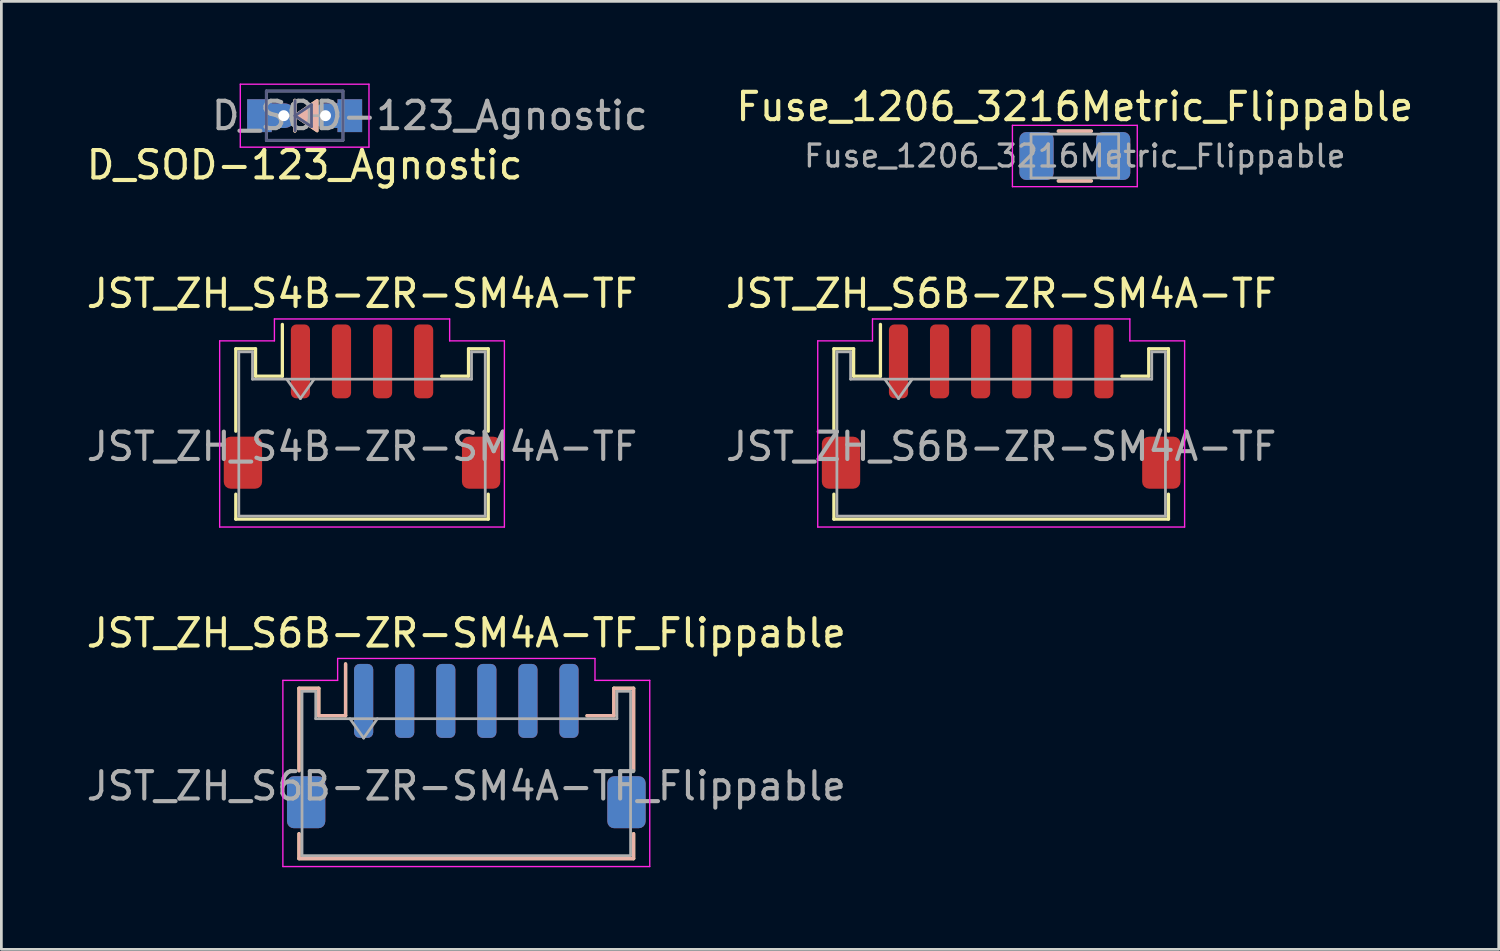
<source format=kicad_pcb>
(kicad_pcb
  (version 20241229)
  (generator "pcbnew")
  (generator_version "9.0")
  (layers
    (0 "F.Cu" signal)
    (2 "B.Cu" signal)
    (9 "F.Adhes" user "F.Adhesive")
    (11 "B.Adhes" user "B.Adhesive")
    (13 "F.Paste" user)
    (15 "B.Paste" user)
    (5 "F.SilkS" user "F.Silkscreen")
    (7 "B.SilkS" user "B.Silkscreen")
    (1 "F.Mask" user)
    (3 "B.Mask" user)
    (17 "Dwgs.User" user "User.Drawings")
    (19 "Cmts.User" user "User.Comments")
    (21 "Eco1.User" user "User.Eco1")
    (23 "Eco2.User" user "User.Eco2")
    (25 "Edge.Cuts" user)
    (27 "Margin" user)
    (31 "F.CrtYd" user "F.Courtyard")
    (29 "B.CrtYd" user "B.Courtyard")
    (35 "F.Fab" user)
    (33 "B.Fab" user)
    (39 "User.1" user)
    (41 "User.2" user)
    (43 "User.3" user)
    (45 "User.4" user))
  (footprint "JST_ZH_S6B-ZR-SM4A-TF_Flippable"
    (layer "F.Cu")
    (at 13.982 28.201)
    (property "Reference" "JST_ZH_S6B-ZR-SM4A-TF_Flippable" (at 0 -8.128 0) (layer "F.SilkS") (effects (font (size 1 1) (thickness 0.15))))
    (attr smd)
    (fp_line (start -6.11 -6.11) (end -5.39 -6.11) (stroke (width 0.12) (type solid)) (layer "F.SilkS"))
    (fp_line (start -6.11 -3.1) (end -6.11 -6.11) (stroke (width 0.12) (type solid)) (layer "F.SilkS"))
    (fp_line (start -6.11 -0.8) (end -6.11 0.11) (stroke (width 0.12) (type solid)) (layer "F.SilkS"))
    (fp_line (start -6.11 0.11) (end 6.11 0.11) (stroke (width 0.12) (type solid)) (layer "F.SilkS"))
    (fp_line (start -5.39 -5.11) (end -5.39 -6.11) (stroke (width 0.12) (type solid)) (layer "F.SilkS"))
    (fp_line (start -5.39 -5.11) (end -4.41 -5.11) (stroke (width 0.12) (type solid)) (layer "F.SilkS"))
    (fp_line (start -4.41 -5.11) (end -4.41 -7) (stroke (width 0.12) (type solid)) (layer "F.SilkS"))
    (fp_line (start 5.39 -5.11) (end 4.41 -5.11) (stroke (width 0.12) (type solid)) (layer "F.SilkS"))
    (fp_line (start 5.39 -5.11) (end 5.39 -6.11) (stroke (width 0.12) (type solid)) (layer "F.SilkS"))
    (fp_line (start 6.11 -6.11) (end 5.39 -6.11) (stroke (width 0.12) (type solid)) (layer "F.SilkS"))
    (fp_line (start 6.11 -3.1) (end 6.11 -6.11) (stroke (width 0.12) (type solid)) (layer "F.SilkS"))
    (fp_line (start 6.11 0.11) (end 6.11 -0.8) (stroke (width 0.12) (type solid)) (layer "F.SilkS"))
    (fp_line (start -6.11 -6.11) (end -5.39 -6.11) (stroke (width 0.12) (type solid)) (layer "B.SilkS"))
    (fp_line (start -6.11 -3.1) (end -6.11 -6.11) (stroke (width 0.12) (type solid)) (layer "B.SilkS"))
    (fp_line (start -6.11 -0.8) (end -6.11 0.11) (stroke (width 0.12) (type solid)) (layer "B.SilkS"))
    (fp_line (start -6.11 0.11) (end 6.11 0.11) (stroke (width 0.12) (type solid)) (layer "B.SilkS"))
    (fp_line (start -5.39 -5.11) (end -5.39 -6.11) (stroke (width 0.12) (type solid)) (layer "B.SilkS"))
    (fp_line (start -5.39 -5.11) (end -4.41 -5.11) (stroke (width 0.12) (type solid)) (layer "B.SilkS"))
    (fp_line (start -4.41 -5.11) (end -4.41 -7) (stroke (width 0.12) (type solid)) (layer "B.SilkS"))
    (fp_line (start 5.39 -5.11) (end 4.41 -5.11) (stroke (width 0.12) (type solid)) (layer "B.SilkS"))
    (fp_line (start 5.39 -5.11) (end 5.39 -6.11) (stroke (width 0.12) (type solid)) (layer "B.SilkS"))
    (fp_line (start 6.11 -6.11) (end 5.39 -6.11) (stroke (width 0.12) (type solid)) (layer "B.SilkS"))
    (fp_line (start 6.11 -3.1) (end 6.11 -6.11) (stroke (width 0.12) (type solid)) (layer "B.SilkS"))
    (fp_line (start 6.11 0.11) (end 6.11 -0.8) (stroke (width 0.12) (type solid)) (layer "B.SilkS"))
    (fp_line (start -6 -1) (end 6 -1) (stroke (width 0.1) (type solid)) (layer "Eco2.User"))
    (fp_line (start -6.7 -6.4) (end -6.7 0.4) (stroke (width 0.05) (type solid)) (layer "F.CrtYd"))
    (fp_line (start -6.7 0.4) (end 6.7 0.4) (stroke (width 0.05) (type solid)) (layer "F.CrtYd"))
    (fp_line (start -4.7 -7.2) (end -4.7 -6.4) (stroke (width 0.05) (type solid)) (layer "F.CrtYd"))
    (fp_line (start -4.7 -6.4) (end -6.7 -6.4) (stroke (width 0.05) (type solid)) (layer "F.CrtYd"))
    (fp_line (start 4.7 -7.2) (end -4.7 -7.2) (stroke (width 0.05) (type solid)) (layer "F.CrtYd"))
    (fp_line (start 4.7 -7.2) (end 4.7 -6.4) (stroke (width 0.05) (type solid)) (layer "F.CrtYd"))
    (fp_line (start 6.7 -6.4) (end 4.7 -6.4) (stroke (width 0.05) (type solid)) (layer "F.CrtYd"))
    (fp_line (start 6.7 0.4) (end 6.7 -6.4) (stroke (width 0.05) (type solid)) (layer "F.CrtYd"))
    (fp_line (start -6 -6) (end -6 0) (stroke (width 0.1) (type solid)) (layer "F.Fab"))
    (fp_line (start -6 -6) (end -5.5 -6) (stroke (width 0.1) (type solid)) (layer "F.Fab"))
    (fp_line (start -6 0) (end 6 0) (stroke (width 0.1) (type solid)) (layer "F.Fab"))
    (fp_line (start -5.5 -6) (end -5.5 -5) (stroke (width 0.1) (type solid)) (layer "F.Fab"))
    (fp_line (start -5.5 -5) (end 5.5 -5) (stroke (width 0.1) (type solid)) (layer "F.Fab"))
    (fp_line (start -4.25 -5) (end -3.75 -4.293) (stroke (width 0.1) (type solid)) (layer "F.Fab"))
    (fp_line (start -3.75 -4.293) (end -3.25 -5) (stroke (width 0.1) (type solid)) (layer "F.Fab"))
    (fp_line (start 5.5 -6) (end 5.5 -5) (stroke (width 0.1) (type solid)) (layer "F.Fab"))
    (fp_line (start 6 -6) (end 5.5 -6) (stroke (width 0.1) (type solid)) (layer "F.Fab"))
    (fp_line (start 6 -6) (end 6 0) (stroke (width 0.1) (type solid)) (layer "F.Fab"))
    (fp_text user "${REFERENCE}" (at 0 -2.54 0) (layer "F.Fab") (effects (font (size 1 1) (thickness 0.15))))
    (pad "1" smd roundrect (at -3.75 -5.65) (size 0.7 2.7) (layers "F.Cu" "F.Mask" "F.Paste") (roundrect_rratio 0.286))
    (pad "1" smd roundrect (at -3.75 -5.65) (size 0.7 2.7) (layers "B.Cu" "B.Mask" "B.Paste") (roundrect_rratio 0.286))
    (pad "2" smd roundrect (at -2.25 -5.65) (size 0.7 2.7) (layers "F.Cu" "F.Mask" "F.Paste") (roundrect_rratio 0.286))
    (pad "2" smd roundrect (at -2.25 -5.65) (size 0.7 2.7) (layers "B.Cu" "B.Mask" "B.Paste") (roundrect_rratio 0.286))
    (pad "3" smd roundrect (at -0.75 -5.65) (size 0.7 2.7) (layers "F.Cu" "F.Mask" "F.Paste") (roundrect_rratio 0.286))
    (pad "3" smd roundrect (at -0.75 -5.65) (size 0.7 2.7) (layers "B.Cu" "B.Mask" "B.Paste") (roundrect_rratio 0.286))
    (pad "4" smd roundrect (at 0.75 -5.65) (size 0.7 2.7) (layers "F.Cu" "F.Mask" "F.Paste") (roundrect_rratio 0.286))
    (pad "4" smd roundrect (at 0.75 -5.65) (size 0.7 2.7) (layers "B.Cu" "B.Mask" "B.Paste") (roundrect_rratio 0.286))
    (pad "5" smd roundrect (at 2.25 -5.65) (size 0.7 2.7) (layers "F.Cu" "F.Mask" "F.Paste") (roundrect_rratio 0.286))
    (pad "5" smd roundrect (at 2.25 -5.65) (size 0.7 2.7) (layers "B.Cu" "B.Mask" "B.Paste") (roundrect_rratio 0.286))
    (pad "6" smd roundrect (at 3.75 -5.65) (size 0.7 2.7) (layers "F.Cu" "F.Mask" "F.Paste") (roundrect_rratio 0.286))
    (pad "6" smd roundrect (at 3.75 -5.65) (size 0.7 2.7) (layers "B.Cu" "B.Mask" "B.Paste") (roundrect_rratio 0.286))
    (pad "MP" smd roundrect (at -5.85 -1) (size 1.4 1.9) (drill (offset 0 -0.95)) (layers "F.Cu" "F.Mask" "F.Paste") (roundrect_rratio 0.179))
    (pad "MP" smd roundrect (at -5.85 -1) (size 1.4 1.9) (drill (offset 0 -0.95)) (layers "B.Cu" "B.Mask" "B.Paste") (roundrect_rratio 0.179))
    (pad "MP" smd roundrect (at 5.85 -1) (size 1.4 1.9) (drill (offset 0 -0.95)) (layers "F.Cu" "F.Mask" "F.Paste") (roundrect_rratio 0.179))
    (pad "MP" smd roundrect (at 5.85 -1) (size 1.4 1.9) (drill (offset 0 -0.95)) (layers "B.Cu" "B.Mask" "B.Paste") (roundrect_rratio 0.179)))
  (footprint "Fuse_1206_3216Metric_Flippable"
    (layer "F.Cu")
    (at 36.209 2.648)
    (property "Reference" "Fuse_1206_3216Metric_Flippable" (at 0 -1.8 0) (layer "F.SilkS") (effects (font (size 1 1) (thickness 0.15))))
    (attr smd)
    (fp_line (start -0.602 -0.91) (end 0.602 -0.91) (stroke (width 0.12) (type solid)) (layer "F.SilkS"))
    (fp_line (start -0.602 0.91) (end 0.602 0.91) (stroke (width 0.12) (type solid)) (layer "F.SilkS"))
    (fp_line (start -0.602 -0.91) (end 0.602 -0.91) (stroke (width 0.12) (type solid)) (layer "B.SilkS"))
    (fp_line (start -0.602 0.91) (end 0.602 0.91) (stroke (width 0.12) (type solid)) (layer "B.SilkS"))
    (fp_line (start -2.28 -1.12) (end 2.28 -1.12) (stroke (width 0.05) (type solid)) (layer "F.CrtYd"))
    (fp_line (start -2.28 1.12) (end -2.28 -1.12) (stroke (width 0.05) (type solid)) (layer "F.CrtYd"))
    (fp_line (start 2.28 -1.12) (end 2.28 1.12) (stroke (width 0.05) (type solid)) (layer "F.CrtYd"))
    (fp_line (start 2.28 1.12) (end -2.28 1.12) (stroke (width 0.05) (type solid)) (layer "F.CrtYd"))
    (fp_line (start -1.6 -0.8) (end 1.6 -0.8) (stroke (width 0.1) (type solid)) (layer "F.Fab"))
    (fp_line (start -1.6 0.8) (end -1.6 -0.8) (stroke (width 0.1) (type solid)) (layer "F.Fab"))
    (fp_line (start 1.6 -0.8) (end 1.6 0.8) (stroke (width 0.1) (type solid)) (layer "F.Fab"))
    (fp_line (start 1.6 0.8) (end -1.6 0.8) (stroke (width 0.1) (type solid)) (layer "F.Fab"))
    (fp_text user "${REFERENCE}" (at 0 0 0) (layer "F.Fab") (effects (font (size 0.8 0.8) (thickness 0.12))))
    (pad "1" smd roundrect (at -1.4 0) (size 1.25 1.75) (layers "F.Cu" "F.Mask" "F.Paste") (roundrect_rratio 0.2))
    (pad "1" smd roundrect (at -1.4 0) (size 1.25 1.75) (layers "B.Cu" "B.Mask" "B.Paste") (roundrect_rratio 0.2))
    (pad "2" smd roundrect (at 1.4 0) (size 1.25 1.75) (layers "F.Cu" "F.Mask" "F.Paste") (roundrect_rratio 0.2))
    (pad "2" smd roundrect (at 1.4 0) (size 1.25 1.75) (layers "B.Cu" "B.Mask" "B.Paste") (roundrect_rratio 0.2)))
  (footprint "JST_ZH_S4B-ZR-SM4A-TF"
    (layer "F.Cu")
    (at 10.173 15.8)
    (property "Reference" "JST_ZH_S4B-ZR-SM4A-TF" (at 0 -8.128 0) (layer "F.SilkS") (effects (font (size 1 1) (thickness 0.15))))
    (attr smd)
    (fp_line (start -4.61 -6.11) (end -3.89 -6.11) (stroke (width 0.12) (type solid)) (layer "F.SilkS"))
    (fp_line (start -4.61 -3.1) (end -4.61 -6.11) (stroke (width 0.12) (type solid)) (layer "F.SilkS"))
    (fp_line (start -4.61 -0.8) (end -4.61 0.11) (stroke (width 0.12) (type solid)) (layer "F.SilkS"))
    (fp_line (start -4.61 0.11) (end 4.61 0.11) (stroke (width 0.12) (type solid)) (layer "F.SilkS"))
    (fp_line (start -3.89 -5.11) (end -3.89 -6.11) (stroke (width 0.12) (type solid)) (layer "F.SilkS"))
    (fp_line (start -3.89 -5.11) (end -2.91 -5.11) (stroke (width 0.12) (type solid)) (layer "F.SilkS"))
    (fp_line (start -2.91 -5.11) (end -2.91 -7) (stroke (width 0.12) (type solid)) (layer "F.SilkS"))
    (fp_line (start 3.89 -5.11) (end 2.91 -5.11) (stroke (width 0.12) (type solid)) (layer "F.SilkS"))
    (fp_line (start 3.89 -5.11) (end 3.89 -6.11) (stroke (width 0.12) (type solid)) (layer "F.SilkS"))
    (fp_line (start 4.61 -6.11) (end 3.89 -6.11) (stroke (width 0.12) (type solid)) (layer "F.SilkS"))
    (fp_line (start 4.61 -3.1) (end 4.61 -6.11) (stroke (width 0.12) (type solid)) (layer "F.SilkS"))
    (fp_line (start 4.61 0.11) (end 4.61 -0.8) (stroke (width 0.12) (type solid)) (layer "F.SilkS"))
    (fp_line (start -5.2 -6.4) (end -5.2 0.4) (stroke (width 0.05) (type solid)) (layer "F.CrtYd"))
    (fp_line (start -5.2 0.4) (end 5.2 0.4) (stroke (width 0.05) (type solid)) (layer "F.CrtYd"))
    (fp_line (start -3.2 -7.2) (end -3.2 -6.4) (stroke (width 0.05) (type solid)) (layer "F.CrtYd"))
    (fp_line (start -3.2 -6.4) (end -5.2 -6.4) (stroke (width 0.05) (type solid)) (layer "F.CrtYd"))
    (fp_line (start 3.2 -7.2) (end -3.2 -7.2) (stroke (width 0.05) (type solid)) (layer "F.CrtYd"))
    (fp_line (start 3.2 -7.2) (end 3.2 -6.4) (stroke (width 0.05) (type solid)) (layer "F.CrtYd"))
    (fp_line (start 5.2 -6.4) (end 3.2 -6.4) (stroke (width 0.05) (type solid)) (layer "F.CrtYd"))
    (fp_line (start 5.2 0.4) (end 5.2 -6.4) (stroke (width 0.05) (type solid)) (layer "F.CrtYd"))
    (fp_line (start -4.5 -6) (end -4.5 0) (stroke (width 0.1) (type solid)) (layer "F.Fab"))
    (fp_line (start -4.5 -6) (end -4 -6) (stroke (width 0.1) (type solid)) (layer "F.Fab"))
    (fp_line (start -4.5 0) (end 4.5 0) (stroke (width 0.1) (type solid)) (layer "F.Fab"))
    (fp_line (start -4 -6) (end -4 -5) (stroke (width 0.1) (type solid)) (layer "F.Fab"))
    (fp_line (start -4 -5) (end 4 -5) (stroke (width 0.1) (type solid)) (layer "F.Fab"))
    (fp_line (start -2.75 -5) (end -2.25 -4.293) (stroke (width 0.1) (type solid)) (layer "F.Fab"))
    (fp_line (start -2.25 -4.293) (end -1.75 -5) (stroke (width 0.1) (type solid)) (layer "F.Fab"))
    (fp_line (start 4 -6) (end 4 -5) (stroke (width 0.1) (type solid)) (layer "F.Fab"))
    (fp_line (start 4.5 -6) (end 4 -6) (stroke (width 0.1) (type solid)) (layer "F.Fab"))
    (fp_line (start 4.5 -6) (end 4.5 0) (stroke (width 0.1) (type solid)) (layer "F.Fab"))
    (fp_text user "${REFERENCE}" (at 0 -2.54 0) (layer "F.Fab") (effects (font (size 1 1) (thickness 0.15))))
    (pad "1" smd roundrect (at -2.25 -5.65) (size 0.7 2.7) (layers "F.Cu" "F.Mask" "F.Paste") (roundrect_rratio 0.286))
    (pad "2" smd roundrect (at -0.75 -5.65) (size 0.7 2.7) (layers "F.Cu" "F.Mask" "F.Paste") (roundrect_rratio 0.286))
    (pad "3" smd roundrect (at 0.75 -5.65) (size 0.7 2.7) (layers "F.Cu" "F.Mask" "F.Paste") (roundrect_rratio 0.286))
    (pad "4" smd roundrect (at 2.25 -5.65) (size 0.7 2.7) (layers "F.Cu" "F.Mask" "F.Paste") (roundrect_rratio 0.286))
    (pad "MP" smd roundrect (at -4.35 -1) (size 1.4 1.9) (drill (offset 0 -0.95)) (layers "F.Cu" "F.Mask" "F.Paste") (roundrect_rratio 0.179))
    (pad "MP" smd roundrect (at 4.35 -1) (size 1.4 1.9) (drill (offset 0 -0.95)) (layers "F.Cu" "F.Mask" "F.Paste") (roundrect_rratio 0.179)))
  (footprint "JST_ZH_S6B-ZR-SM4A-TF"
    (layer "F.Cu")
    (at 33.518 15.8)
    (property "Reference" "JST_ZH_S6B-ZR-SM4A-TF" (at 0 -8.128 0) (layer "F.SilkS") (effects (font (size 1 1) (thickness 0.15))))
    (attr smd)
    (fp_line (start -6.11 -6.11) (end -5.39 -6.11) (stroke (width 0.12) (type solid)) (layer "F.SilkS"))
    (fp_line (start -6.11 -3.1) (end -6.11 -6.11) (stroke (width 0.12) (type solid)) (layer "F.SilkS"))
    (fp_line (start -6.11 -0.8) (end -6.11 0.11) (stroke (width 0.12) (type solid)) (layer "F.SilkS"))
    (fp_line (start -6.11 0.11) (end 6.11 0.11) (stroke (width 0.12) (type solid)) (layer "F.SilkS"))
    (fp_line (start -5.39 -5.11) (end -5.39 -6.11) (stroke (width 0.12) (type solid)) (layer "F.SilkS"))
    (fp_line (start -5.39 -5.11) (end -4.41 -5.11) (stroke (width 0.12) (type solid)) (layer "F.SilkS"))
    (fp_line (start -4.41 -5.11) (end -4.41 -7) (stroke (width 0.12) (type solid)) (layer "F.SilkS"))
    (fp_line (start 5.39 -5.11) (end 4.41 -5.11) (stroke (width 0.12) (type solid)) (layer "F.SilkS"))
    (fp_line (start 5.39 -5.11) (end 5.39 -6.11) (stroke (width 0.12) (type solid)) (layer "F.SilkS"))
    (fp_line (start 6.11 -6.11) (end 5.39 -6.11) (stroke (width 0.12) (type solid)) (layer "F.SilkS"))
    (fp_line (start 6.11 -3.1) (end 6.11 -6.11) (stroke (width 0.12) (type solid)) (layer "F.SilkS"))
    (fp_line (start 6.11 0.11) (end 6.11 -0.8) (stroke (width 0.12) (type solid)) (layer "F.SilkS"))
    (fp_line (start -6.7 -6.4) (end -6.7 0.4) (stroke (width 0.05) (type solid)) (layer "F.CrtYd"))
    (fp_line (start -6.7 0.4) (end 6.7 0.4) (stroke (width 0.05) (type solid)) (layer "F.CrtYd"))
    (fp_line (start -4.7 -7.2) (end -4.7 -6.4) (stroke (width 0.05) (type solid)) (layer "F.CrtYd"))
    (fp_line (start -4.7 -6.4) (end -6.7 -6.4) (stroke (width 0.05) (type solid)) (layer "F.CrtYd"))
    (fp_line (start 4.7 -7.2) (end -4.7 -7.2) (stroke (width 0.05) (type solid)) (layer "F.CrtYd"))
    (fp_line (start 4.7 -7.2) (end 4.7 -6.4) (stroke (width 0.05) (type solid)) (layer "F.CrtYd"))
    (fp_line (start 6.7 -6.4) (end 4.7 -6.4) (stroke (width 0.05) (type solid)) (layer "F.CrtYd"))
    (fp_line (start 6.7 0.4) (end 6.7 -6.4) (stroke (width 0.05) (type solid)) (layer "F.CrtYd"))
    (fp_line (start -6 -6) (end -6 0) (stroke (width 0.1) (type solid)) (layer "F.Fab"))
    (fp_line (start -6 -6) (end -5.5 -6) (stroke (width 0.1) (type solid)) (layer "F.Fab"))
    (fp_line (start -6 0) (end 6 0) (stroke (width 0.1) (type solid)) (layer "F.Fab"))
    (fp_line (start -5.5 -6) (end -5.5 -5) (stroke (width 0.1) (type solid)) (layer "F.Fab"))
    (fp_line (start -5.5 -5) (end 5.5 -5) (stroke (width 0.1) (type solid)) (layer "F.Fab"))
    (fp_line (start -4.25 -5) (end -3.75 -4.293) (stroke (width 0.1) (type solid)) (layer "F.Fab"))
    (fp_line (start -3.75 -4.293) (end -3.25 -5) (stroke (width 0.1) (type solid)) (layer "F.Fab"))
    (fp_line (start 5.5 -6) (end 5.5 -5) (stroke (width 0.1) (type solid)) (layer "F.Fab"))
    (fp_line (start 6 -6) (end 5.5 -6) (stroke (width 0.1) (type solid)) (layer "F.Fab"))
    (fp_line (start 6 -6) (end 6 0) (stroke (width 0.1) (type solid)) (layer "F.Fab"))
    (fp_text user "${REFERENCE}" (at 0 -2.54 0) (layer "F.Fab") (effects (font (size 1 1) (thickness 0.15))))
    (pad "1" smd roundrect (at -3.75 -5.65) (size 0.7 2.7) (layers "F.Cu" "F.Mask" "F.Paste") (roundrect_rratio 0.286))
    (pad "2" smd roundrect (at -2.25 -5.65) (size 0.7 2.7) (layers "F.Cu" "F.Mask" "F.Paste") (roundrect_rratio 0.286))
    (pad "3" smd roundrect (at -0.75 -5.65) (size 0.7 2.7) (layers "F.Cu" "F.Mask" "F.Paste") (roundrect_rratio 0.286))
    (pad "4" smd roundrect (at 0.75 -5.65) (size 0.7 2.7) (layers "F.Cu" "F.Mask" "F.Paste") (roundrect_rratio 0.286))
    (pad "5" smd roundrect (at 2.25 -5.65) (size 0.7 2.7) (layers "F.Cu" "F.Mask" "F.Paste") (roundrect_rratio 0.286))
    (pad "6" smd roundrect (at 3.75 -5.65) (size 0.7 2.7) (layers "F.Cu" "F.Mask" "F.Paste") (roundrect_rratio 0.286))
    (pad "MP" smd roundrect (at -5.85 -1) (size 1.4 1.9) (drill (offset 0 -0.95)) (layers "F.Cu" "F.Mask" "F.Paste") (roundrect_rratio 0.179))
    (pad "MP" smd roundrect (at 5.85 -1) (size 1.4 1.9) (drill (offset 0 -0.95)) (layers "F.Cu" "F.Mask" "F.Paste") (roundrect_rratio 0.179)))
  (footprint "D_SOD-123_Agnostic"
    (layer "F.Cu")
    (at 8.077 1.175)
    (property "Reference" "D_SOD-123_Agnostic" (at 0 1.8 0) (layer "F.SilkS") (effects (font (size 1 1) (thickness 0.15))))
    (attr through_hole)
    (fp_line (start -0.356 -0.559) (end -0.356 0.559) (stroke (width 0.12) (type solid)) (layer "F.SilkS"))
    (fp_poly (pts (xy -0.356 0) (xy 0.457 -0.559) (xy 0.457 0.559)) (stroke (width 0.1) (type solid)) (fill yes) (layer "F.SilkS"))
    (fp_line (start -0.356 -0.559) (end -0.356 0.559) (stroke (width 0.12) (type solid)) (layer "B.SilkS"))
    (fp_poly (pts (xy -0.356 0) (xy 0.457 -0.559) (xy 0.457 0.559)) (stroke (width 0.1) (type solid)) (fill yes) (layer "B.SilkS"))
    (fp_line (start -2.35 -1.15) (end -2.35 1.15) (stroke (width 0.05) (type solid)) (layer "F.CrtYd"))
    (fp_line (start -2.35 -1.15) (end 2.35 -1.15) (stroke (width 0.05) (type solid)) (layer "F.CrtYd"))
    (fp_line (start 2.35 -1.15) (end 2.35 1.15) (stroke (width 0.05) (type solid)) (layer "F.CrtYd"))
    (fp_line (start 2.35 1.15) (end -2.35 1.15) (stroke (width 0.05) (type solid)) (layer "F.CrtYd"))
    (fp_line (start -1.4 -0.9) (end 1.4 -0.9) (stroke (width 0.1) (type solid)) (layer "B.Fab"))
    (fp_line (start -1.4 0.9) (end -1.4 -0.9) (stroke (width 0.1) (type solid)) (layer "B.Fab"))
    (fp_line (start -0.35 0) (end -0.35 -0.55) (stroke (width 0.1) (type solid)) (layer "B.Fab"))
    (fp_line (start -0.35 0) (end -0.35 0.55) (stroke (width 0.1) (type solid)) (layer "B.Fab"))
    (fp_line (start -0.35 0) (end 0.25 -0.4) (stroke (width 0.1) (type solid)) (layer "B.Fab"))
    (fp_line (start 0.25 -0.4) (end 0.25 0.4) (stroke (width 0.1) (type solid)) (layer "B.Fab"))
    (fp_line (start 0.25 0.4) (end -0.35 0) (stroke (width 0.1) (type solid)) (layer "B.Fab"))
    (fp_line (start 1.4 -0.9) (end 1.4 0.9) (stroke (width 0.1) (type solid)) (layer "B.Fab"))
    (fp_line (start 1.4 0.9) (end -1.4 0.9) (stroke (width 0.1) (type solid)) (layer "B.Fab"))
    (fp_line (start -1.4 -0.9) (end 1.4 -0.9) (stroke (width 0.1) (type solid)) (layer "F.Fab"))
    (fp_line (start -1.4 0.9) (end -1.4 -0.9) (stroke (width 0.1) (type solid)) (layer "F.Fab"))
    (fp_line (start -0.75 0) (end -0.35 0) (stroke (width 0.1) (type solid)) (layer "F.Fab"))
    (fp_line (start -0.35 0) (end -0.35 -0.55) (stroke (width 0.1) (type solid)) (layer "F.Fab"))
    (fp_line (start -0.35 0) (end -0.35 0.55) (stroke (width 0.1) (type solid)) (layer "F.Fab"))
    (fp_line (start -0.35 0) (end 0.25 -0.4) (stroke (width 0.1) (type solid)) (layer "F.Fab"))
    (fp_line (start 0.25 -0.4) (end 0.25 0.4) (stroke (width 0.1) (type solid)) (layer "F.Fab"))
    (fp_line (start 0.25 0) (end 0.75 0) (stroke (width 0.1) (type solid)) (layer "F.Fab"))
    (fp_line (start 0.25 0.4) (end -0.35 0) (stroke (width 0.1) (type solid)) (layer "F.Fab"))
    (fp_line (start 1.4 -0.9) (end 1.4 0.9) (stroke (width 0.1) (type solid)) (layer "F.Fab"))
    (fp_line (start 1.4 0.9) (end -1.4 0.9) (stroke (width 0.1) (type solid)) (layer "F.Fab"))
    (fp_text user "${REFERENCE}" (at 4.572 0 0) (layer "F.Fab") (effects (font (size 1 1) (thickness 0.15))))
    (pad "1" smd rect (at -1.65 0) (size 0.9 1.2) (layers "F.Cu" "F.Mask" "F.Paste"))
    (pad "1" smd rect (at -1.65 0) (size 0.9 1.2) (layers "B.Cu" "B.Mask" "B.Paste"))
    (pad "1" smd oval (at -1.65 0) (size 1.8 0.9) (drill (offset 0.45 0)) (layers "F.Cu"))
    (pad "1" smd oval (at -1.65 0) (size 1.8 0.9) (drill (offset 0.45 0)) (layers "B.Cu"))
    (pad "1" thru_hole circle (at -0.762 0) (size 0.8 0.8) (drill 0.4) (layers "*.Cu"))
    (pad "2" thru_hole circle (at 0.762 0) (size 0.8 0.8) (drill 0.4) (layers "*.Cu"))
    (pad "2" smd rect (at 1.65 0) (size 0.9 1.2) (layers "F.Cu" "F.Mask" "F.Paste"))
    (pad "2" smd rect (at 1.65 0) (size 0.9 1.2) (layers "B.Cu" "B.Mask" "B.Paste"))
    (pad "2" smd oval (at 1.65 0) (size 1.8 0.9) (drill (offset -0.45 0)) (layers "F.Cu"))
    (pad "2" smd oval (at 1.65 0) (size 1.8 0.9) (drill (offset -0.45 0)) (layers "B.Cu")))
  (gr_rect
    (start -3 -3)
    (end 51.691 31.626)
    (stroke (width 0.1) (type default))
    (fill no)
    (layer "Edge.Cuts")))
</source>
